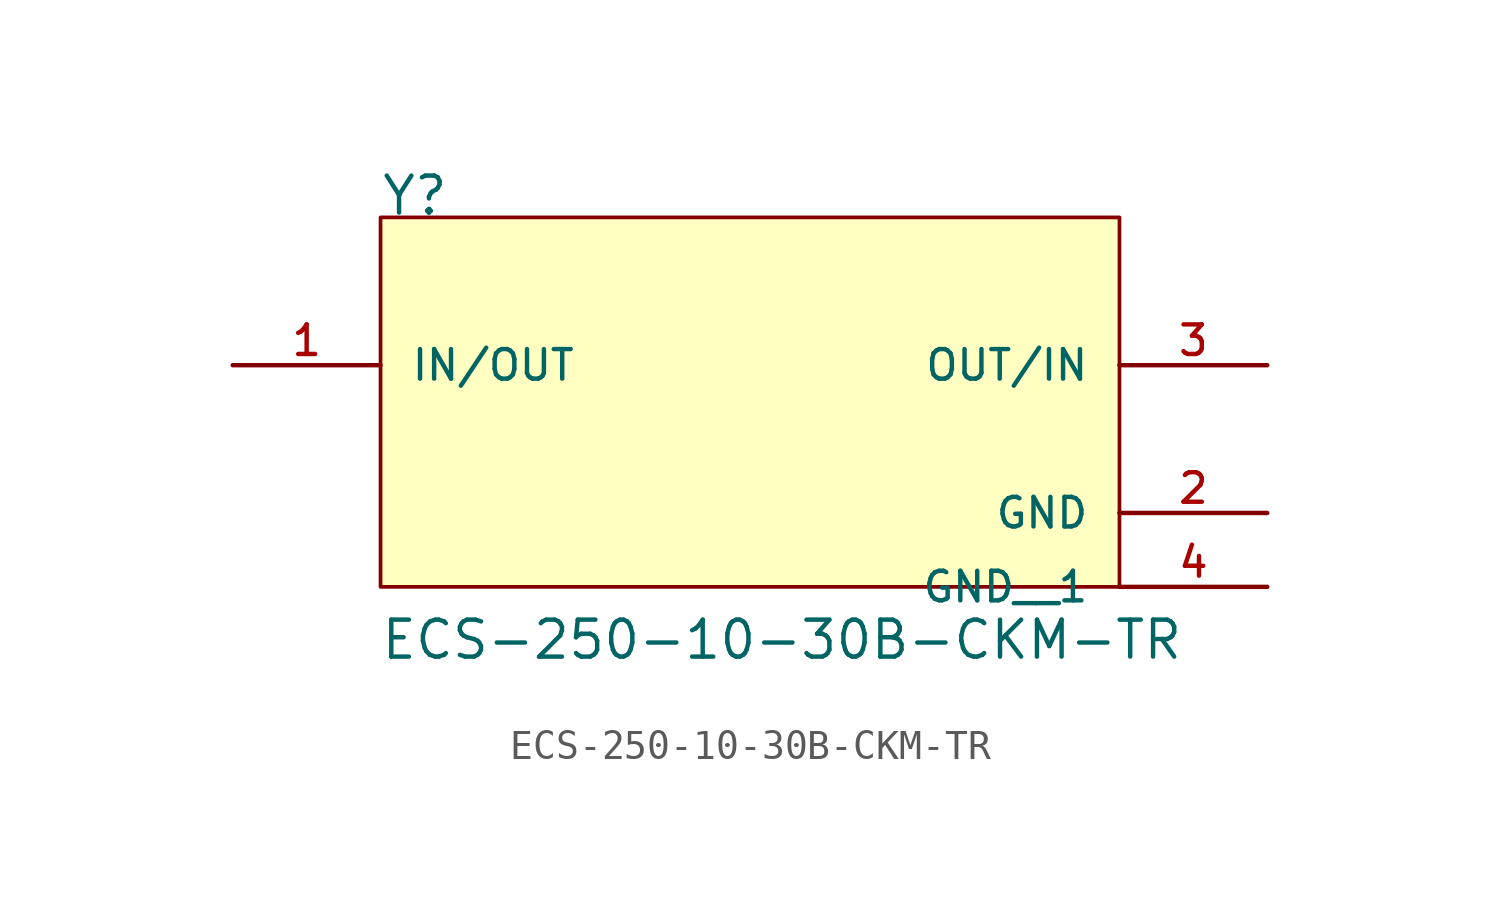
<source format=kicad_sym>
(kicad_symbol_lib
  (version 20211014)
  (generator kicad_symbol_editor)
  (symbol "ECS-250-10-30B-CKM-TR"
    (pin_names
      (offset 1.016))
    (property "Reference" "Y"
      (at -12.708 7.625 0)
      (effects (font (size 1.27 1.27)) (justify bottom left)))
    (property "Value" "ECS-250-10-30B-CKM-TR"
      (at -12.733 -7.64 0)
      (effects (font (size 1.27 1.27)) (justify bottom left)))
    (symbol "ECS-250-10-30B-CKM-TR_0_0"
      (rectangle (start -12.7 -5.08) (end 12.7 7.62) (stroke (width 0.127)) (fill (type background)))
      (pin bidirectional line (at 17.78 2.54 180.0) (length 5.08) (name "OUT/IN" (effects (font (size 1.016 1.016)))) (number "3" (effects (font (size 1.016 1.016)))))
      (pin bidirectional line (at -17.78 2.54 0) (length 5.08) (name "IN/OUT" (effects (font (size 1.016 1.016)))) (number "1" (effects (font (size 1.016 1.016)))))
      (pin power_in line (at 17.78 -2.54 180.0) (length 5.08) (name "GND" (effects (font (size 1.016 1.016)))) (number "2" (effects (font (size 1.016 1.016)))))
      (pin power_in line (at 17.78 -5.08 180.0) (length 5.08) (name "GND__1" (effects (font (size 1.016 1.016)))) (number "4" (effects (font (size 1.016 1.016))))))))
</source>
